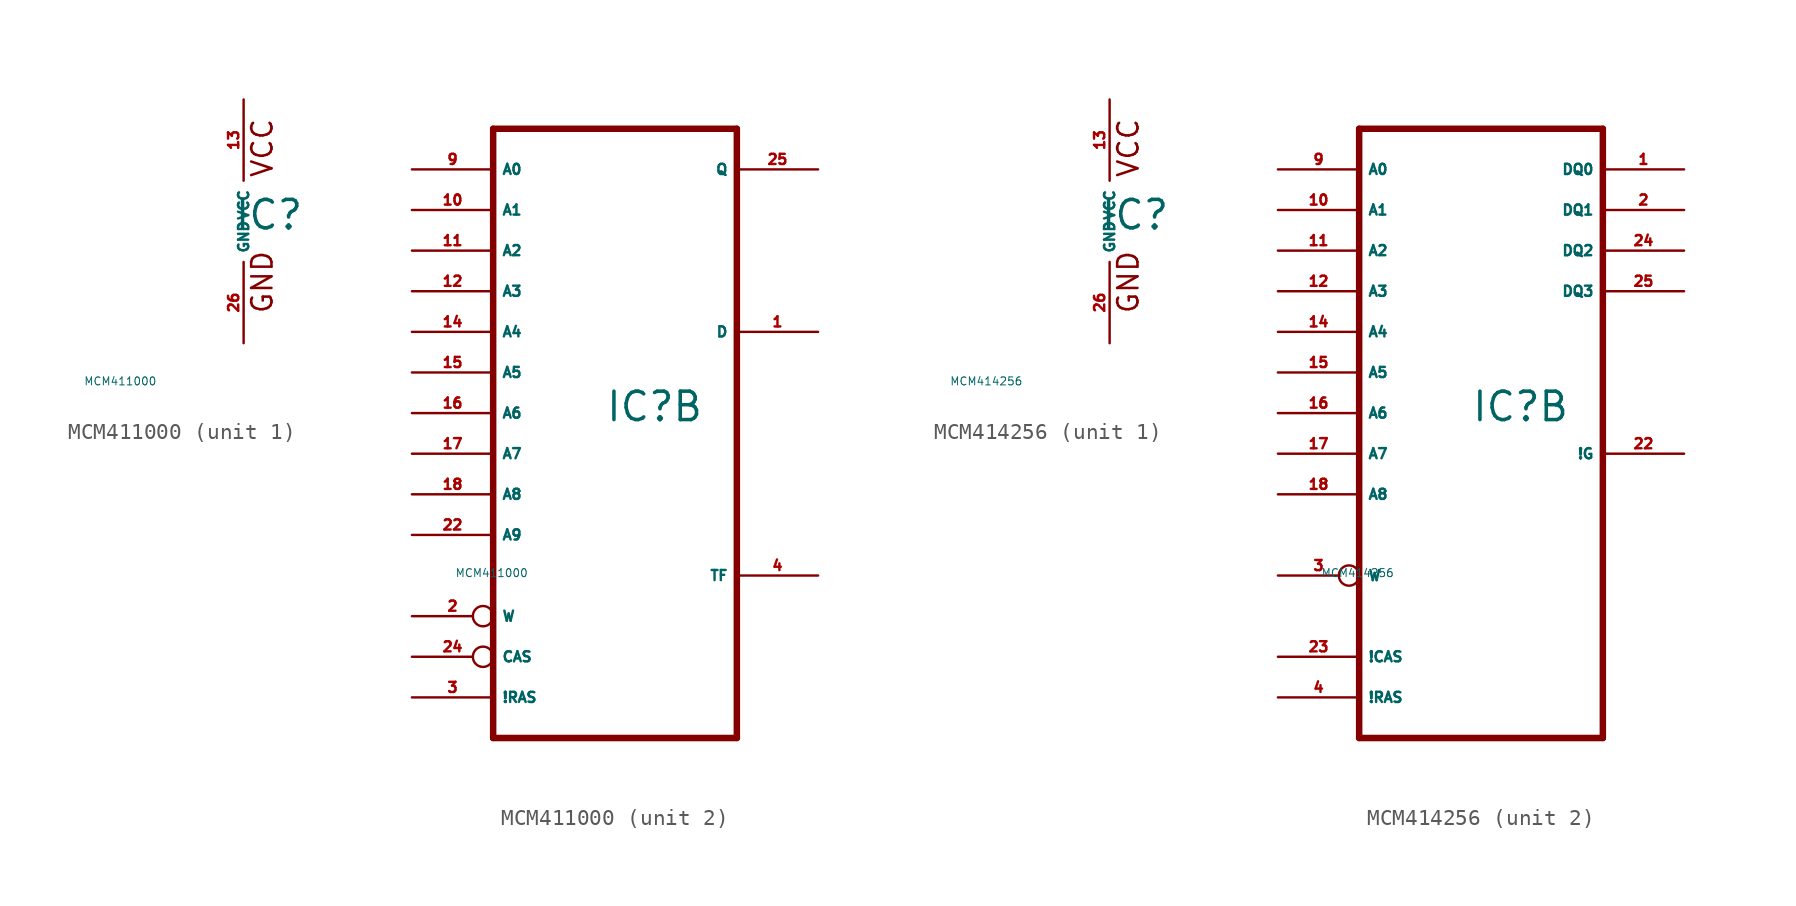
<source format=kicad_sym>
(kicad_symbol_lib
  (version 20220914)
  (generator Eagle2Kicad)
  (symbol "MCM411000"
    (property "Reference" "IC"
      (at -0.635 -0.635 0)
      (effects (font (size 1.778 1.778) (thickness 0.22)) (justify left bottom)))
    (property "Value" "MCM411000"
      (at -10 -10 0)
      (effects (font (size 0.5 0.5) (thickness 0.06)) (justify left)))
    (symbol "MCM411000_1_0"
      (text "GND" (at 1.905 -5.842 900) (effects (font (size 1.27 1.27) (thickness 0.16)) (justify left bottom)))
      (text "VCC" (at 1.905 2.667 900) (effects (font (size 1.27 1.27) (thickness 0.16)) (justify left bottom)))
      (pin unspecified line (at 0 -7.62 90) (length 5.08) (name "GND" (effects (font (size 0.635 0.635) (thickness 0.08)) (justify left bottom))) (number "26" (effects (font (size 0.635 0.635) (thickness 0.08)) (justify left bottom))))
      (pin unspecified line (at 0 7.62 270) (length 5.08) (name "VCC" (effects (font (size 0.635 0.635) (thickness 0.08)) (justify left bottom))) (number "13" (effects (font (size 0.635 0.635) (thickness 0.08)) (justify left bottom)))))
    (symbol "MCM411000_2_0"
      (polyline (pts (xy -7.62 17.78) (xy -7.62 -20.32)) (stroke (width 0.406) (type default)) (fill (type none)))
      (polyline (pts (xy 7.62 -20.32) (xy -7.62 -20.32)) (stroke (width 0.406) (type default)) (fill (type none)))
      (polyline (pts (xy 7.62 -20.32) (xy 7.62 17.78)) (stroke (width 0.406) (type default)) (fill (type none)))
      (polyline (pts (xy -7.62 17.78) (xy 7.62 17.78)) (stroke (width 0.406) (type default)) (fill (type none)))
      (pin input line (at -12.7 15.24 0) (length 5.08) (name "A0" (effects (font (size 0.635 0.635) (thickness 0.08)) (justify left bottom))) (number "9" (effects (font (size 0.635 0.635) (thickness 0.08)) (justify left bottom))))
      (pin input line (at -12.7 12.7 0) (length 5.08) (name "A1" (effects (font (size 0.635 0.635) (thickness 0.08)) (justify left bottom))) (number "10" (effects (font (size 0.635 0.635) (thickness 0.08)) (justify left bottom))))
      (pin input line (at -12.7 10.16 0) (length 5.08) (name "A2" (effects (font (size 0.635 0.635) (thickness 0.08)) (justify left bottom))) (number "11" (effects (font (size 0.635 0.635) (thickness 0.08)) (justify left bottom))))
      (pin input line (at -12.7 7.62 0) (length 5.08) (name "A3" (effects (font (size 0.635 0.635) (thickness 0.08)) (justify left bottom))) (number "12" (effects (font (size 0.635 0.635) (thickness 0.08)) (justify left bottom))))
      (pin input line (at -12.7 5.08 0) (length 5.08) (name "A4" (effects (font (size 0.635 0.635) (thickness 0.08)) (justify left bottom))) (number "14" (effects (font (size 0.635 0.635) (thickness 0.08)) (justify left bottom))))
      (pin input line (at -12.7 2.54 0) (length 5.08) (name "A5" (effects (font (size 0.635 0.635) (thickness 0.08)) (justify left bottom))) (number "15" (effects (font (size 0.635 0.635) (thickness 0.08)) (justify left bottom))))
      (pin input line (at -12.7 0 0) (length 5.08) (name "A6" (effects (font (size 0.635 0.635) (thickness 0.08)) (justify left bottom))) (number "16" (effects (font (size 0.635 0.635) (thickness 0.08)) (justify left bottom))))
      (pin input line (at -12.7 -2.54 0) (length 5.08) (name "A7" (effects (font (size 0.635 0.635) (thickness 0.08)) (justify left bottom))) (number "17" (effects (font (size 0.635 0.635) (thickness 0.08)) (justify left bottom))))
      (pin input line (at -12.7 -5.08 0) (length 5.08) (name "A8" (effects (font (size 0.635 0.635) (thickness 0.08)) (justify left bottom))) (number "18" (effects (font (size 0.635 0.635) (thickness 0.08)) (justify left bottom))))
      (pin input line (at -12.7 -7.62 0) (length 5.08) (name "A9" (effects (font (size 0.635 0.635) (thickness 0.08)) (justify left bottom))) (number "22" (effects (font (size 0.635 0.635) (thickness 0.08)) (justify left bottom))))
      (pin input inverted (at -12.7 -12.7 0) (length 5.08) (name "W" (effects (font (size 0.635 0.635) (thickness 0.08)) (justify left bottom))) (number "2" (effects (font (size 0.635 0.635) (thickness 0.08)) (justify left bottom))))
      (pin input inverted (at -12.7 -15.24 0) (length 5.08) (name "CAS" (effects (font (size 0.635 0.635) (thickness 0.08)) (justify left bottom))) (number "24" (effects (font (size 0.635 0.635) (thickness 0.08)) (justify left bottom))))
      (pin input line (at -12.7 -17.78 0) (length 5.08) (name "!RAS" (effects (font (size 0.635 0.635) (thickness 0.08)) (justify left bottom))) (number "3" (effects (font (size 0.635 0.635) (thickness 0.08)) (justify left bottom))))
      (pin input line (at 12.7 5.08 180) (length 5.08) (name "D" (effects (font (size 0.635 0.635) (thickness 0.08)) (justify left bottom))) (number "1" (effects (font (size 0.635 0.635) (thickness 0.08)) (justify left bottom))))
      (pin tri_state line (at 12.7 15.24 180) (length 5.08) (name "Q" (effects (font (size 0.635 0.635) (thickness 0.08)) (justify left bottom))) (number "25" (effects (font (size 0.635 0.635) (thickness 0.08)) (justify left bottom))))
      (pin input line (at 12.7 -10.16 180) (length 5.08) (name "TF" (effects (font (size 0.635 0.635) (thickness 0.08)) (justify left bottom))) (number "4" (effects (font (size 0.635 0.635) (thickness 0.08)) (justify left bottom))))))
  (symbol "MCM414256"
    (property "Reference" "IC"
      (at -0.635 -0.635 0)
      (effects (font (size 1.778 1.778) (thickness 0.22)) (justify left bottom)))
    (property "Value" "MCM414256"
      (at -10 -10 0)
      (effects (font (size 0.5 0.5) (thickness 0.06)) (justify left)))
    (symbol "MCM414256_1_0"
      (text "GND" (at 1.905 -5.842 900) (effects (font (size 1.27 1.27) (thickness 0.16)) (justify left bottom)))
      (text "VCC" (at 1.905 2.667 900) (effects (font (size 1.27 1.27) (thickness 0.16)) (justify left bottom)))
      (pin unspecified line (at 0 -7.62 90) (length 5.08) (name "GND" (effects (font (size 0.635 0.635) (thickness 0.08)) (justify left bottom))) (number "26" (effects (font (size 0.635 0.635) (thickness 0.08)) (justify left bottom))))
      (pin unspecified line (at 0 7.62 270) (length 5.08) (name "VCC" (effects (font (size 0.635 0.635) (thickness 0.08)) (justify left bottom))) (number "13" (effects (font (size 0.635 0.635) (thickness 0.08)) (justify left bottom)))))
    (symbol "MCM414256_2_0"
      (polyline (pts (xy -7.62 17.78) (xy -7.62 -20.32)) (stroke (width 0.406) (type default)) (fill (type none)))
      (polyline (pts (xy 7.62 -20.32) (xy -7.62 -20.32)) (stroke (width 0.406) (type default)) (fill (type none)))
      (polyline (pts (xy 7.62 -20.32) (xy 7.62 17.78)) (stroke (width 0.406) (type default)) (fill (type none)))
      (polyline (pts (xy -7.62 17.78) (xy 7.62 17.78)) (stroke (width 0.406) (type default)) (fill (type none)))
      (pin input line (at -12.7 15.24 0) (length 5.08) (name "A0" (effects (font (size 0.635 0.635) (thickness 0.08)) (justify left bottom))) (number "9" (effects (font (size 0.635 0.635) (thickness 0.08)) (justify left bottom))))
      (pin input line (at -12.7 12.7 0) (length 5.08) (name "A1" (effects (font (size 0.635 0.635) (thickness 0.08)) (justify left bottom))) (number "10" (effects (font (size 0.635 0.635) (thickness 0.08)) (justify left bottom))))
      (pin input line (at -12.7 10.16 0) (length 5.08) (name "A2" (effects (font (size 0.635 0.635) (thickness 0.08)) (justify left bottom))) (number "11" (effects (font (size 0.635 0.635) (thickness 0.08)) (justify left bottom))))
      (pin input line (at -12.7 7.62 0) (length 5.08) (name "A3" (effects (font (size 0.635 0.635) (thickness 0.08)) (justify left bottom))) (number "12" (effects (font (size 0.635 0.635) (thickness 0.08)) (justify left bottom))))
      (pin input line (at -12.7 5.08 0) (length 5.08) (name "A4" (effects (font (size 0.635 0.635) (thickness 0.08)) (justify left bottom))) (number "14" (effects (font (size 0.635 0.635) (thickness 0.08)) (justify left bottom))))
      (pin input line (at -12.7 2.54 0) (length 5.08) (name "A5" (effects (font (size 0.635 0.635) (thickness 0.08)) (justify left bottom))) (number "15" (effects (font (size 0.635 0.635) (thickness 0.08)) (justify left bottom))))
      (pin input line (at -12.7 0 0) (length 5.08) (name "A6" (effects (font (size 0.635 0.635) (thickness 0.08)) (justify left bottom))) (number "16" (effects (font (size 0.635 0.635) (thickness 0.08)) (justify left bottom))))
      (pin input line (at -12.7 -2.54 0) (length 5.08) (name "A7" (effects (font (size 0.635 0.635) (thickness 0.08)) (justify left bottom))) (number "17" (effects (font (size 0.635 0.635) (thickness 0.08)) (justify left bottom))))
      (pin input line (at -12.7 -5.08 0) (length 5.08) (name "A8" (effects (font (size 0.635 0.635) (thickness 0.08)) (justify left bottom))) (number "18" (effects (font (size 0.635 0.635) (thickness 0.08)) (justify left bottom))))
      (pin input inverted (at -12.7 -10.16 0) (length 5.08) (name "W" (effects (font (size 0.635 0.635) (thickness 0.08)) (justify left bottom))) (number "3" (effects (font (size 0.635 0.635) (thickness 0.08)) (justify left bottom))))
      (pin input line (at -12.7 -15.24 0) (length 5.08) (name "!CAS" (effects (font (size 0.635 0.635) (thickness 0.08)) (justify left bottom))) (number "23" (effects (font (size 0.635 0.635) (thickness 0.08)) (justify left bottom))))
      (pin input line (at -12.7 -17.78 0) (length 5.08) (name "!RAS" (effects (font (size 0.635 0.635) (thickness 0.08)) (justify left bottom))) (number "4" (effects (font (size 0.635 0.635) (thickness 0.08)) (justify left bottom))))
      (pin bidirectional line (at 12.7 15.24 180) (length 5.08) (name "DQ0" (effects (font (size 0.635 0.635) (thickness 0.08)) (justify left bottom))) (number "1" (effects (font (size 0.635 0.635) (thickness 0.08)) (justify left bottom))))
      (pin input line (at 12.7 -2.54 180) (length 5.08) (name "!G" (effects (font (size 0.635 0.635) (thickness 0.08)) (justify left bottom))) (number "22" (effects (font (size 0.635 0.635) (thickness 0.08)) (justify left bottom))))
      (pin bidirectional line (at 12.7 12.7 180) (length 5.08) (name "DQ1" (effects (font (size 0.635 0.635) (thickness 0.08)) (justify left bottom))) (number "2" (effects (font (size 0.635 0.635) (thickness 0.08)) (justify left bottom))))
      (pin bidirectional line (at 12.7 10.16 180) (length 5.08) (name "DQ2" (effects (font (size 0.635 0.635) (thickness 0.08)) (justify left bottom))) (number "24" (effects (font (size 0.635 0.635) (thickness 0.08)) (justify left bottom))))
      (pin bidirectional line (at 12.7 7.62 180) (length 5.08) (name "DQ3" (effects (font (size 0.635 0.635) (thickness 0.08)) (justify left bottom))) (number "25" (effects (font (size 0.635 0.635) (thickness 0.08)) (justify left bottom)))))))
</source>
